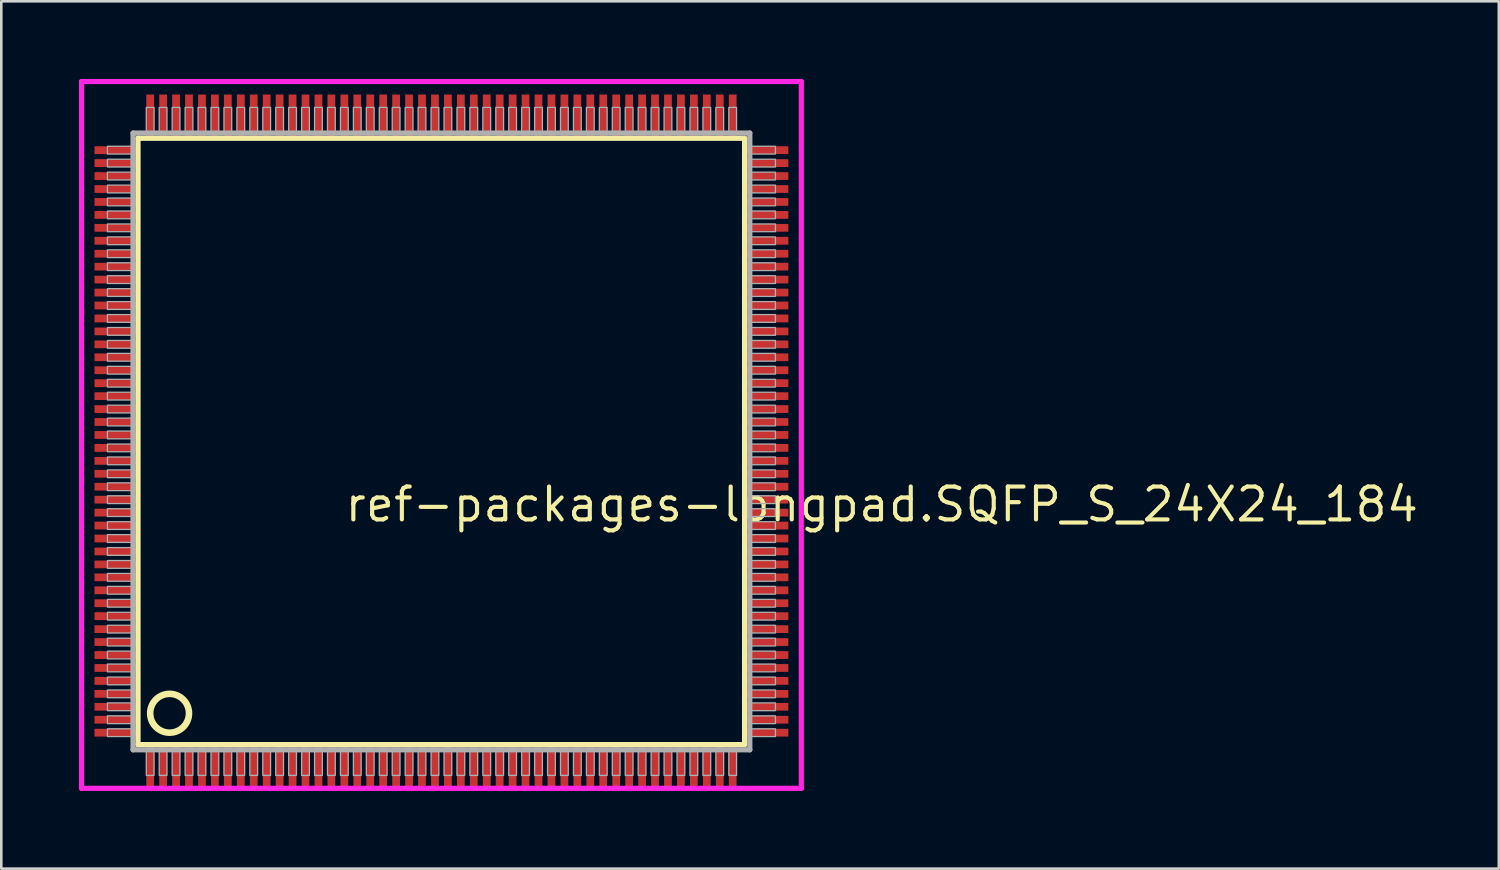
<source format=kicad_pcb>
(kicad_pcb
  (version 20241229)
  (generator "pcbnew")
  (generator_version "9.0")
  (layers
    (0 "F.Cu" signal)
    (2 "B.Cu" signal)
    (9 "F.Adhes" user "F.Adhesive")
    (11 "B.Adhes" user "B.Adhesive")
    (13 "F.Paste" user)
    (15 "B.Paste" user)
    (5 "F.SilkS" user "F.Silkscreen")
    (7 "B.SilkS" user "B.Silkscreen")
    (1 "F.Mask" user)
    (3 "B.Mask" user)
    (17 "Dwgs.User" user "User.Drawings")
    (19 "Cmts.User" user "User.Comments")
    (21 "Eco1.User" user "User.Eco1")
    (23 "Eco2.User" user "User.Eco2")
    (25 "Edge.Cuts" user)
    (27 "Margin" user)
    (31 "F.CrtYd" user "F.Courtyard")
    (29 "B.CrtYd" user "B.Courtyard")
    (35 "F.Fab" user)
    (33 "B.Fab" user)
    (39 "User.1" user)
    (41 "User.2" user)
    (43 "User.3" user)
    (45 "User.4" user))
  (footprint "ref-packages-longpad.SQFP_S_24X24_184"
    (layer "F.Cu")
    (at 14 14)
    (property "Reference" "ref-packages-longpad.SQFP_S_24X24_184" (at -3.81 3.175 0) (layer "F.SilkS") (effects (font (size 1.27 1.27) (thickness 0.16)) (justify left bottom)))
    (attr smd)
    (fp_line (start -11.72 -11.71) (end 11.71 -11.71) (stroke (width 0.203) (type default)) (layer "F.SilkS"))
    (fp_line (start -11.72 11.71) (end -11.72 -11.71) (stroke (width 0.203) (type default)) (layer "F.SilkS"))
    (fp_line (start 11.71 11.71) (end -11.72 11.71) (stroke (width 0.203) (type default)) (layer "F.SilkS"))
    (fp_line (start 11.71 -11.71) (end 11.71 11.71) (stroke (width 0.203) (type default)) (layer "F.SilkS"))
    (fp_circle (center -10.5 10.5) (end -9.75 10.5) (stroke (width 0.254) (type default)) (fill no) (layer "F.SilkS"))
    (fp_line (start -13.9 -13.9) (end 13.9 -13.9) (stroke (width 0.2) (type default)) (layer "F.CrtYd"))
    (fp_line (start -13.9 13.4) (end -13.9 -13.9) (stroke (width 0.2) (type default)) (layer "F.CrtYd"))
    (fp_line (start 13.9 -13.9) (end 13.9 13.4) (stroke (width 0.2) (type default)) (layer "F.CrtYd"))
    (fp_line (start 13.9 13.4) (end -13.9 13.4) (stroke (width 0.2) (type default)) (layer "F.CrtYd"))
    (fp_line (start -11.91 -11.91) (end -11.91 11.91) (stroke (width 0.203) (type default)) (layer "F.Fab"))
    (fp_line (start -11.91 11.91) (end 11.91 11.91) (stroke (width 0.203) (type default)) (layer "F.Fab"))
    (fp_line (start 11.91 -11.91) (end -11.91 -11.91) (stroke (width 0.203) (type default)) (layer "F.Fab"))
    (fp_line (start 11.91 11.91) (end 11.91 -11.91) (stroke (width 0.203) (type default)) (layer "F.Fab"))
    (fp_rect (start -12.9 -11.1) (end -11.95 -11.4) (stroke (width 0.05) (type default)) (fill no) (layer "F.Fab"))
    (fp_rect (start -12.9 -10.6) (end -11.95 -10.9) (stroke (width 0.05) (type default)) (fill no) (layer "F.Fab"))
    (fp_rect (start -12.9 -10.1) (end -11.95 -10.4) (stroke (width 0.05) (type default)) (fill no) (layer "F.Fab"))
    (fp_rect (start -12.9 -9.6) (end -11.95 -9.9) (stroke (width 0.05) (type default)) (fill no) (layer "F.Fab"))
    (fp_rect (start -12.9 -9.1) (end -11.95 -9.4) (stroke (width 0.05) (type default)) (fill no) (layer "F.Fab"))
    (fp_rect (start -12.9 -8.6) (end -11.95 -8.9) (stroke (width 0.05) (type default)) (fill no) (layer "F.Fab"))
    (fp_rect (start -12.9 -8.1) (end -11.95 -8.4) (stroke (width 0.05) (type default)) (fill no) (layer "F.Fab"))
    (fp_rect (start -12.9 -7.6) (end -11.95 -7.9) (stroke (width 0.05) (type default)) (fill no) (layer "F.Fab"))
    (fp_rect (start -12.9 -7.1) (end -11.95 -7.4) (stroke (width 0.05) (type default)) (fill no) (layer "F.Fab"))
    (fp_rect (start -12.9 -6.6) (end -11.95 -6.9) (stroke (width 0.05) (type default)) (fill no) (layer "F.Fab"))
    (fp_rect (start -12.9 -6.1) (end -11.95 -6.4) (stroke (width 0.05) (type default)) (fill no) (layer "F.Fab"))
    (fp_rect (start -12.9 -5.6) (end -11.95 -5.9) (stroke (width 0.05) (type default)) (fill no) (layer "F.Fab"))
    (fp_rect (start -12.9 -5.1) (end -11.95 -5.4) (stroke (width 0.05) (type default)) (fill no) (layer "F.Fab"))
    (fp_rect (start -12.9 -4.6) (end -11.95 -4.9) (stroke (width 0.05) (type default)) (fill no) (layer "F.Fab"))
    (fp_rect (start -12.9 -4.1) (end -11.95 -4.4) (stroke (width 0.05) (type default)) (fill no) (layer "F.Fab"))
    (fp_rect (start -12.9 -3.6) (end -11.95 -3.9) (stroke (width 0.05) (type default)) (fill no) (layer "F.Fab"))
    (fp_rect (start -12.9 -3.1) (end -11.95 -3.4) (stroke (width 0.05) (type default)) (fill no) (layer "F.Fab"))
    (fp_rect (start -12.9 -2.6) (end -11.95 -2.9) (stroke (width 0.05) (type default)) (fill no) (layer "F.Fab"))
    (fp_rect (start -12.9 -2.1) (end -11.95 -2.4) (stroke (width 0.05) (type default)) (fill no) (layer "F.Fab"))
    (fp_rect (start -12.9 -1.6) (end -11.95 -1.9) (stroke (width 0.05) (type default)) (fill no) (layer "F.Fab"))
    (fp_rect (start -12.9 -1.1) (end -11.95 -1.4) (stroke (width 0.05) (type default)) (fill no) (layer "F.Fab"))
    (fp_rect (start -12.9 -0.6) (end -11.95 -0.9) (stroke (width 0.05) (type default)) (fill no) (layer "F.Fab"))
    (fp_rect (start -12.9 -0.1) (end -11.95 -0.4) (stroke (width 0.05) (type default)) (fill no) (layer "F.Fab"))
    (fp_rect (start -12.9 0.4) (end -11.95 0.1) (stroke (width 0.05) (type default)) (fill no) (layer "F.Fab"))
    (fp_rect (start -12.9 0.9) (end -11.95 0.6) (stroke (width 0.05) (type default)) (fill no) (layer "F.Fab"))
    (fp_rect (start -12.9 1.4) (end -11.95 1.1) (stroke (width 0.05) (type default)) (fill no) (layer "F.Fab"))
    (fp_rect (start -12.9 1.9) (end -11.95 1.6) (stroke (width 0.05) (type default)) (fill no) (layer "F.Fab"))
    (fp_rect (start -12.9 2.4) (end -11.95 2.1) (stroke (width 0.05) (type default)) (fill no) (layer "F.Fab"))
    (fp_rect (start -12.9 2.9) (end -11.95 2.6) (stroke (width 0.05) (type default)) (fill no) (layer "F.Fab"))
    (fp_rect (start -12.9 3.4) (end -11.95 3.1) (stroke (width 0.05) (type default)) (fill no) (layer "F.Fab"))
    (fp_rect (start -12.9 3.9) (end -11.95 3.6) (stroke (width 0.05) (type default)) (fill no) (layer "F.Fab"))
    (fp_rect (start -12.9 4.4) (end -11.95 4.1) (stroke (width 0.05) (type default)) (fill no) (layer "F.Fab"))
    (fp_rect (start -12.9 4.9) (end -11.95 4.6) (stroke (width 0.05) (type default)) (fill no) (layer "F.Fab"))
    (fp_rect (start -12.9 5.4) (end -11.95 5.1) (stroke (width 0.05) (type default)) (fill no) (layer "F.Fab"))
    (fp_rect (start -12.9 5.9) (end -11.95 5.6) (stroke (width 0.05) (type default)) (fill no) (layer "F.Fab"))
    (fp_rect (start -12.9 6.4) (end -11.95 6.1) (stroke (width 0.05) (type default)) (fill no) (layer "F.Fab"))
    (fp_rect (start -12.9 6.9) (end -11.95 6.6) (stroke (width 0.05) (type default)) (fill no) (layer "F.Fab"))
    (fp_rect (start -12.9 7.4) (end -11.95 7.1) (stroke (width 0.05) (type default)) (fill no) (layer "F.Fab"))
    (fp_rect (start -12.9 7.9) (end -11.95 7.6) (stroke (width 0.05) (type default)) (fill no) (layer "F.Fab"))
    (fp_rect (start -12.9 8.4) (end -11.95 8.1) (stroke (width 0.05) (type default)) (fill no) (layer "F.Fab"))
    (fp_rect (start -12.9 8.9) (end -11.95 8.6) (stroke (width 0.05) (type default)) (fill no) (layer "F.Fab"))
    (fp_rect (start -12.9 9.4) (end -11.95 9.1) (stroke (width 0.05) (type default)) (fill no) (layer "F.Fab"))
    (fp_rect (start -12.9 9.9) (end -11.95 9.6) (stroke (width 0.05) (type default)) (fill no) (layer "F.Fab"))
    (fp_rect (start -12.9 10.4) (end -11.95 10.1) (stroke (width 0.05) (type default)) (fill no) (layer "F.Fab"))
    (fp_rect (start -12.9 10.9) (end -11.95 10.6) (stroke (width 0.05) (type default)) (fill no) (layer "F.Fab"))
    (fp_rect (start -12.9 11.4) (end -11.95 11.1) (stroke (width 0.05) (type default)) (fill no) (layer "F.Fab"))
    (fp_rect (start -11.4 -11.95) (end -11.1 -12.9) (stroke (width 0.05) (type default)) (fill no) (layer "F.Fab"))
    (fp_rect (start -11.4 12.9) (end -11.1 11.95) (stroke (width 0.05) (type default)) (fill no) (layer "F.Fab"))
    (fp_rect (start -10.9 -11.95) (end -10.6 -12.9) (stroke (width 0.05) (type default)) (fill no) (layer "F.Fab"))
    (fp_rect (start -10.9 12.9) (end -10.6 11.95) (stroke (width 0.05) (type default)) (fill no) (layer "F.Fab"))
    (fp_rect (start -10.4 -11.95) (end -10.1 -12.9) (stroke (width 0.05) (type default)) (fill no) (layer "F.Fab"))
    (fp_rect (start -10.4 12.9) (end -10.1 11.95) (stroke (width 0.05) (type default)) (fill no) (layer "F.Fab"))
    (fp_rect (start -9.9 -11.95) (end -9.6 -12.9) (stroke (width 0.05) (type default)) (fill no) (layer "F.Fab"))
    (fp_rect (start -9.9 12.9) (end -9.6 11.95) (stroke (width 0.05) (type default)) (fill no) (layer "F.Fab"))
    (fp_rect (start -9.4 -11.95) (end -9.1 -12.9) (stroke (width 0.05) (type default)) (fill no) (layer "F.Fab"))
    (fp_rect (start -9.4 12.9) (end -9.1 11.95) (stroke (width 0.05) (type default)) (fill no) (layer "F.Fab"))
    (fp_rect (start -8.9 -11.95) (end -8.6 -12.9) (stroke (width 0.05) (type default)) (fill no) (layer "F.Fab"))
    (fp_rect (start -8.9 12.9) (end -8.6 11.95) (stroke (width 0.05) (type default)) (fill no) (layer "F.Fab"))
    (fp_rect (start -8.4 -11.95) (end -8.1 -12.9) (stroke (width 0.05) (type default)) (fill no) (layer "F.Fab"))
    (fp_rect (start -8.4 12.9) (end -8.1 11.95) (stroke (width 0.05) (type default)) (fill no) (layer "F.Fab"))
    (fp_rect (start -7.9 -11.95) (end -7.6 -12.9) (stroke (width 0.05) (type default)) (fill no) (layer "F.Fab"))
    (fp_rect (start -7.9 12.9) (end -7.6 11.95) (stroke (width 0.05) (type default)) (fill no) (layer "F.Fab"))
    (fp_rect (start -7.4 -11.95) (end -7.1 -12.9) (stroke (width 0.05) (type default)) (fill no) (layer "F.Fab"))
    (fp_rect (start -7.4 12.9) (end -7.1 11.95) (stroke (width 0.05) (type default)) (fill no) (layer "F.Fab"))
    (fp_rect (start -6.9 -11.95) (end -6.6 -12.9) (stroke (width 0.05) (type default)) (fill no) (layer "F.Fab"))
    (fp_rect (start -6.9 12.9) (end -6.6 11.95) (stroke (width 0.05) (type default)) (fill no) (layer "F.Fab"))
    (fp_rect (start -6.4 -11.95) (end -6.1 -12.9) (stroke (width 0.05) (type default)) (fill no) (layer "F.Fab"))
    (fp_rect (start -6.4 12.9) (end -6.1 11.95) (stroke (width 0.05) (type default)) (fill no) (layer "F.Fab"))
    (fp_rect (start -5.9 -11.95) (end -5.6 -12.9) (stroke (width 0.05) (type default)) (fill no) (layer "F.Fab"))
    (fp_rect (start -5.9 12.9) (end -5.6 11.95) (stroke (width 0.05) (type default)) (fill no) (layer "F.Fab"))
    (fp_rect (start -5.4 -11.95) (end -5.1 -12.9) (stroke (width 0.05) (type default)) (fill no) (layer "F.Fab"))
    (fp_rect (start -5.4 12.9) (end -5.1 11.95) (stroke (width 0.05) (type default)) (fill no) (layer "F.Fab"))
    (fp_rect (start -4.9 -11.95) (end -4.6 -12.9) (stroke (width 0.05) (type default)) (fill no) (layer "F.Fab"))
    (fp_rect (start -4.9 12.9) (end -4.6 11.95) (stroke (width 0.05) (type default)) (fill no) (layer "F.Fab"))
    (fp_rect (start -4.4 -11.95) (end -4.1 -12.9) (stroke (width 0.05) (type default)) (fill no) (layer "F.Fab"))
    (fp_rect (start -4.4 12.9) (end -4.1 11.95) (stroke (width 0.05) (type default)) (fill no) (layer "F.Fab"))
    (fp_rect (start -3.9 -11.95) (end -3.6 -12.9) (stroke (width 0.05) (type default)) (fill no) (layer "F.Fab"))
    (fp_rect (start -3.9 12.9) (end -3.6 11.95) (stroke (width 0.05) (type default)) (fill no) (layer "F.Fab"))
    (fp_rect (start -3.4 -11.95) (end -3.1 -12.9) (stroke (width 0.05) (type default)) (fill no) (layer "F.Fab"))
    (fp_rect (start -3.4 12.9) (end -3.1 11.95) (stroke (width 0.05) (type default)) (fill no) (layer "F.Fab"))
    (fp_rect (start -2.9 -11.95) (end -2.6 -12.9) (stroke (width 0.05) (type default)) (fill no) (layer "F.Fab"))
    (fp_rect (start -2.9 12.9) (end -2.6 11.95) (stroke (width 0.05) (type default)) (fill no) (layer "F.Fab"))
    (fp_rect (start -2.4 -11.95) (end -2.1 -12.9) (stroke (width 0.05) (type default)) (fill no) (layer "F.Fab"))
    (fp_rect (start -2.4 12.9) (end -2.1 11.95) (stroke (width 0.05) (type default)) (fill no) (layer "F.Fab"))
    (fp_rect (start -1.9 -11.95) (end -1.6 -12.9) (stroke (width 0.05) (type default)) (fill no) (layer "F.Fab"))
    (fp_rect (start -1.9 12.9) (end -1.6 11.95) (stroke (width 0.05) (type default)) (fill no) (layer "F.Fab"))
    (fp_rect (start -1.4 -11.95) (end -1.1 -12.9) (stroke (width 0.05) (type default)) (fill no) (layer "F.Fab"))
    (fp_rect (start -1.4 12.9) (end -1.1 11.95) (stroke (width 0.05) (type default)) (fill no) (layer "F.Fab"))
    (fp_rect (start -0.9 -11.95) (end -0.6 -12.9) (stroke (width 0.05) (type default)) (fill no) (layer "F.Fab"))
    (fp_rect (start -0.9 12.9) (end -0.6 11.95) (stroke (width 0.05) (type default)) (fill no) (layer "F.Fab"))
    (fp_rect (start -0.4 -11.95) (end -0.1 -12.9) (stroke (width 0.05) (type default)) (fill no) (layer "F.Fab"))
    (fp_rect (start -0.4 12.9) (end -0.1 11.95) (stroke (width 0.05) (type default)) (fill no) (layer "F.Fab"))
    (fp_rect (start 0.1 -11.95) (end 0.4 -12.9) (stroke (width 0.05) (type default)) (fill no) (layer "F.Fab"))
    (fp_rect (start 0.1 12.9) (end 0.4 11.95) (stroke (width 0.05) (type default)) (fill no) (layer "F.Fab"))
    (fp_rect (start 0.6 -11.95) (end 0.9 -12.9) (stroke (width 0.05) (type default)) (fill no) (layer "F.Fab"))
    (fp_rect (start 0.6 12.9) (end 0.9 11.95) (stroke (width 0.05) (type default)) (fill no) (layer "F.Fab"))
    (fp_rect (start 1.1 -11.95) (end 1.4 -12.9) (stroke (width 0.05) (type default)) (fill no) (layer "F.Fab"))
    (fp_rect (start 1.1 12.9) (end 1.4 11.95) (stroke (width 0.05) (type default)) (fill no) (layer "F.Fab"))
    (fp_rect (start 1.6 -11.95) (end 1.9 -12.9) (stroke (width 0.05) (type default)) (fill no) (layer "F.Fab"))
    (fp_rect (start 1.6 12.9) (end 1.9 11.95) (stroke (width 0.05) (type default)) (fill no) (layer "F.Fab"))
    (fp_rect (start 2.1 -11.95) (end 2.4 -12.9) (stroke (width 0.05) (type default)) (fill no) (layer "F.Fab"))
    (fp_rect (start 2.1 12.9) (end 2.4 11.95) (stroke (width 0.05) (type default)) (fill no) (layer "F.Fab"))
    (fp_rect (start 2.6 -11.95) (end 2.9 -12.9) (stroke (width 0.05) (type default)) (fill no) (layer "F.Fab"))
    (fp_rect (start 2.6 12.9) (end 2.9 11.95) (stroke (width 0.05) (type default)) (fill no) (layer "F.Fab"))
    (fp_rect (start 3.1 -11.95) (end 3.4 -12.9) (stroke (width 0.05) (type default)) (fill no) (layer "F.Fab"))
    (fp_rect (start 3.1 12.9) (end 3.4 11.95) (stroke (width 0.05) (type default)) (fill no) (layer "F.Fab"))
    (fp_rect (start 3.6 -11.95) (end 3.9 -12.9) (stroke (width 0.05) (type default)) (fill no) (layer "F.Fab"))
    (fp_rect (start 3.6 12.9) (end 3.9 11.95) (stroke (width 0.05) (type default)) (fill no) (layer "F.Fab"))
    (fp_rect (start 4.1 -11.95) (end 4.4 -12.9) (stroke (width 0.05) (type default)) (fill no) (layer "F.Fab"))
    (fp_rect (start 4.1 12.9) (end 4.4 11.95) (stroke (width 0.05) (type default)) (fill no) (layer "F.Fab"))
    (fp_rect (start 4.6 -11.95) (end 4.9 -12.9) (stroke (width 0.05) (type default)) (fill no) (layer "F.Fab"))
    (fp_rect (start 4.6 12.9) (end 4.9 11.95) (stroke (width 0.05) (type default)) (fill no) (layer "F.Fab"))
    (fp_rect (start 5.1 -11.95) (end 5.4 -12.9) (stroke (width 0.05) (type default)) (fill no) (layer "F.Fab"))
    (fp_rect (start 5.1 12.9) (end 5.4 11.95) (stroke (width 0.05) (type default)) (fill no) (layer "F.Fab"))
    (fp_rect (start 5.6 -11.95) (end 5.9 -12.9) (stroke (width 0.05) (type default)) (fill no) (layer "F.Fab"))
    (fp_rect (start 5.6 12.9) (end 5.9 11.95) (stroke (width 0.05) (type default)) (fill no) (layer "F.Fab"))
    (fp_rect (start 6.1 -11.95) (end 6.4 -12.9) (stroke (width 0.05) (type default)) (fill no) (layer "F.Fab"))
    (fp_rect (start 6.1 12.9) (end 6.4 11.95) (stroke (width 0.05) (type default)) (fill no) (layer "F.Fab"))
    (fp_rect (start 6.6 -11.95) (end 6.9 -12.9) (stroke (width 0.05) (type default)) (fill no) (layer "F.Fab"))
    (fp_rect (start 6.6 12.9) (end 6.9 11.95) (stroke (width 0.05) (type default)) (fill no) (layer "F.Fab"))
    (fp_rect (start 7.1 -11.95) (end 7.4 -12.9) (stroke (width 0.05) (type default)) (fill no) (layer "F.Fab"))
    (fp_rect (start 7.1 12.9) (end 7.4 11.95) (stroke (width 0.05) (type default)) (fill no) (layer "F.Fab"))
    (fp_rect (start 7.6 -11.95) (end 7.9 -12.9) (stroke (width 0.05) (type default)) (fill no) (layer "F.Fab"))
    (fp_rect (start 7.6 12.9) (end 7.9 11.95) (stroke (width 0.05) (type default)) (fill no) (layer "F.Fab"))
    (fp_rect (start 8.1 -11.95) (end 8.4 -12.9) (stroke (width 0.05) (type default)) (fill no) (layer "F.Fab"))
    (fp_rect (start 8.1 12.9) (end 8.4 11.95) (stroke (width 0.05) (type default)) (fill no) (layer "F.Fab"))
    (fp_rect (start 8.6 -11.95) (end 8.9 -12.9) (stroke (width 0.05) (type default)) (fill no) (layer "F.Fab"))
    (fp_rect (start 8.6 12.9) (end 8.9 11.95) (stroke (width 0.05) (type default)) (fill no) (layer "F.Fab"))
    (fp_rect (start 9.1 -11.95) (end 9.4 -12.9) (stroke (width 0.05) (type default)) (fill no) (layer "F.Fab"))
    (fp_rect (start 9.1 12.9) (end 9.4 11.95) (stroke (width 0.05) (type default)) (fill no) (layer "F.Fab"))
    (fp_rect (start 9.6 -11.95) (end 9.9 -12.9) (stroke (width 0.05) (type default)) (fill no) (layer "F.Fab"))
    (fp_rect (start 9.6 12.9) (end 9.9 11.95) (stroke (width 0.05) (type default)) (fill no) (layer "F.Fab"))
    (fp_rect (start 10.1 -11.95) (end 10.4 -12.9) (stroke (width 0.05) (type default)) (fill no) (layer "F.Fab"))
    (fp_rect (start 10.1 12.9) (end 10.4 11.95) (stroke (width 0.05) (type default)) (fill no) (layer "F.Fab"))
    (fp_rect (start 10.6 -11.95) (end 10.9 -12.9) (stroke (width 0.05) (type default)) (fill no) (layer "F.Fab"))
    (fp_rect (start 10.6 12.9) (end 10.9 11.95) (stroke (width 0.05) (type default)) (fill no) (layer "F.Fab"))
    (fp_rect (start 11.1 -11.95) (end 11.4 -12.9) (stroke (width 0.05) (type default)) (fill no) (layer "F.Fab"))
    (fp_rect (start 11.1 12.9) (end 11.4 11.95) (stroke (width 0.05) (type default)) (fill no) (layer "F.Fab"))
    (fp_rect (start 11.95 -11.1) (end 12.9 -11.4) (stroke (width 0.05) (type default)) (fill no) (layer "F.Fab"))
    (fp_rect (start 11.95 -10.6) (end 12.9 -10.9) (stroke (width 0.05) (type default)) (fill no) (layer "F.Fab"))
    (fp_rect (start 11.95 -10.1) (end 12.9 -10.4) (stroke (width 0.05) (type default)) (fill no) (layer "F.Fab"))
    (fp_rect (start 11.95 -9.6) (end 12.9 -9.9) (stroke (width 0.05) (type default)) (fill no) (layer "F.Fab"))
    (fp_rect (start 11.95 -9.1) (end 12.9 -9.4) (stroke (width 0.05) (type default)) (fill no) (layer "F.Fab"))
    (fp_rect (start 11.95 -8.6) (end 12.9 -8.9) (stroke (width 0.05) (type default)) (fill no) (layer "F.Fab"))
    (fp_rect (start 11.95 -8.1) (end 12.9 -8.4) (stroke (width 0.05) (type default)) (fill no) (layer "F.Fab"))
    (fp_rect (start 11.95 -7.6) (end 12.9 -7.9) (stroke (width 0.05) (type default)) (fill no) (layer "F.Fab"))
    (fp_rect (start 11.95 -7.1) (end 12.9 -7.4) (stroke (width 0.05) (type default)) (fill no) (layer "F.Fab"))
    (fp_rect (start 11.95 -6.6) (end 12.9 -6.9) (stroke (width 0.05) (type default)) (fill no) (layer "F.Fab"))
    (fp_rect (start 11.95 -6.1) (end 12.9 -6.4) (stroke (width 0.05) (type default)) (fill no) (layer "F.Fab"))
    (fp_rect (start 11.95 -5.6) (end 12.9 -5.9) (stroke (width 0.05) (type default)) (fill no) (layer "F.Fab"))
    (fp_rect (start 11.95 -5.1) (end 12.9 -5.4) (stroke (width 0.05) (type default)) (fill no) (layer "F.Fab"))
    (fp_rect (start 11.95 -4.6) (end 12.9 -4.9) (stroke (width 0.05) (type default)) (fill no) (layer "F.Fab"))
    (fp_rect (start 11.95 -4.1) (end 12.9 -4.4) (stroke (width 0.05) (type default)) (fill no) (layer "F.Fab"))
    (fp_rect (start 11.95 -3.6) (end 12.9 -3.9) (stroke (width 0.05) (type default)) (fill no) (layer "F.Fab"))
    (fp_rect (start 11.95 -3.1) (end 12.9 -3.4) (stroke (width 0.05) (type default)) (fill no) (layer "F.Fab"))
    (fp_rect (start 11.95 -2.6) (end 12.9 -2.9) (stroke (width 0.05) (type default)) (fill no) (layer "F.Fab"))
    (fp_rect (start 11.95 -2.1) (end 12.9 -2.4) (stroke (width 0.05) (type default)) (fill no) (layer "F.Fab"))
    (fp_rect (start 11.95 -1.6) (end 12.9 -1.9) (stroke (width 0.05) (type default)) (fill no) (layer "F.Fab"))
    (fp_rect (start 11.95 -1.1) (end 12.9 -1.4) (stroke (width 0.05) (type default)) (fill no) (layer "F.Fab"))
    (fp_rect (start 11.95 -0.6) (end 12.9 -0.9) (stroke (width 0.05) (type default)) (fill no) (layer "F.Fab"))
    (fp_rect (start 11.95 -0.1) (end 12.9 -0.4) (stroke (width 0.05) (type default)) (fill no) (layer "F.Fab"))
    (fp_rect (start 11.95 0.4) (end 12.9 0.1) (stroke (width 0.05) (type default)) (fill no) (layer "F.Fab"))
    (fp_rect (start 11.95 0.9) (end 12.9 0.6) (stroke (width 0.05) (type default)) (fill no) (layer "F.Fab"))
    (fp_rect (start 11.95 1.4) (end 12.9 1.1) (stroke (width 0.05) (type default)) (fill no) (layer "F.Fab"))
    (fp_rect (start 11.95 1.9) (end 12.9 1.6) (stroke (width 0.05) (type default)) (fill no) (layer "F.Fab"))
    (fp_rect (start 11.95 2.4) (end 12.9 2.1) (stroke (width 0.05) (type default)) (fill no) (layer "F.Fab"))
    (fp_rect (start 11.95 2.9) (end 12.9 2.6) (stroke (width 0.05) (type default)) (fill no) (layer "F.Fab"))
    (fp_rect (start 11.95 3.4) (end 12.9 3.1) (stroke (width 0.05) (type default)) (fill no) (layer "F.Fab"))
    (fp_rect (start 11.95 3.9) (end 12.9 3.6) (stroke (width 0.05) (type default)) (fill no) (layer "F.Fab"))
    (fp_rect (start 11.95 4.4) (end 12.9 4.1) (stroke (width 0.05) (type default)) (fill no) (layer "F.Fab"))
    (fp_rect (start 11.95 4.9) (end 12.9 4.6) (stroke (width 0.05) (type default)) (fill no) (layer "F.Fab"))
    (fp_rect (start 11.95 5.4) (end 12.9 5.1) (stroke (width 0.05) (type default)) (fill no) (layer "F.Fab"))
    (fp_rect (start 11.95 5.9) (end 12.9 5.6) (stroke (width 0.05) (type default)) (fill no) (layer "F.Fab"))
    (fp_rect (start 11.95 6.4) (end 12.9 6.1) (stroke (width 0.05) (type default)) (fill no) (layer "F.Fab"))
    (fp_rect (start 11.95 6.9) (end 12.9 6.6) (stroke (width 0.05) (type default)) (fill no) (layer "F.Fab"))
    (fp_rect (start 11.95 7.4) (end 12.9 7.1) (stroke (width 0.05) (type default)) (fill no) (layer "F.Fab"))
    (fp_rect (start 11.95 7.9) (end 12.9 7.6) (stroke (width 0.05) (type default)) (fill no) (layer "F.Fab"))
    (fp_rect (start 11.95 8.4) (end 12.9 8.1) (stroke (width 0.05) (type default)) (fill no) (layer "F.Fab"))
    (fp_rect (start 11.95 8.9) (end 12.9 8.6) (stroke (width 0.05) (type default)) (fill no) (layer "F.Fab"))
    (fp_rect (start 11.95 9.4) (end 12.9 9.1) (stroke (width 0.05) (type default)) (fill no) (layer "F.Fab"))
    (fp_rect (start 11.95 9.9) (end 12.9 9.6) (stroke (width 0.05) (type default)) (fill no) (layer "F.Fab"))
    (fp_rect (start 11.95 10.4) (end 12.9 10.1) (stroke (width 0.05) (type default)) (fill no) (layer "F.Fab"))
    (fp_rect (start 11.95 10.9) (end 12.9 10.6) (stroke (width 0.05) (type default)) (fill no) (layer "F.Fab"))
    (fp_rect (start 11.95 11.4) (end 12.9 11.1) (stroke (width 0.05) (type default)) (fill no) (layer "F.Fab"))
    (pad "1" smd roundrect (at -11.25 12.6) (size 0.3 1.6) (layers "F.Cu" "F.Mask" "F.Paste") (roundrect_rratio 0.01))
    (pad "2" smd roundrect (at -10.75 12.6) (size 0.3 1.6) (layers "F.Cu" "F.Mask" "F.Paste") (roundrect_rratio 0.01))
    (pad "3" smd roundrect (at -10.25 12.6) (size 0.3 1.6) (layers "F.Cu" "F.Mask" "F.Paste") (roundrect_rratio 0.01))
    (pad "4" smd roundrect (at -9.75 12.6) (size 0.3 1.6) (layers "F.Cu" "F.Mask" "F.Paste") (roundrect_rratio 0.01))
    (pad "5" smd roundrect (at -9.25 12.6) (size 0.3 1.6) (layers "F.Cu" "F.Mask" "F.Paste") (roundrect_rratio 0.01))
    (pad "6" smd roundrect (at -8.75 12.6) (size 0.3 1.6) (layers "F.Cu" "F.Mask" "F.Paste") (roundrect_rratio 0.01))
    (pad "7" smd roundrect (at -8.25 12.6) (size 0.3 1.6) (layers "F.Cu" "F.Mask" "F.Paste") (roundrect_rratio 0.01))
    (pad "8" smd roundrect (at -7.75 12.6) (size 0.3 1.6) (layers "F.Cu" "F.Mask" "F.Paste") (roundrect_rratio 0.01))
    (pad "9" smd roundrect (at -7.25 12.6) (size 0.3 1.6) (layers "F.Cu" "F.Mask" "F.Paste") (roundrect_rratio 0.01))
    (pad "10" smd roundrect (at -6.75 12.6) (size 0.3 1.6) (layers "F.Cu" "F.Mask" "F.Paste") (roundrect_rratio 0.01))
    (pad "11" smd roundrect (at -6.25 12.6) (size 0.3 1.6) (layers "F.Cu" "F.Mask" "F.Paste") (roundrect_rratio 0.01))
    (pad "12" smd roundrect (at -5.75 12.6) (size 0.3 1.6) (layers "F.Cu" "F.Mask" "F.Paste") (roundrect_rratio 0.01))
    (pad "13" smd roundrect (at -5.25 12.6) (size 0.3 1.6) (layers "F.Cu" "F.Mask" "F.Paste") (roundrect_rratio 0.01))
    (pad "14" smd roundrect (at -4.75 12.6) (size 0.3 1.6) (layers "F.Cu" "F.Mask" "F.Paste") (roundrect_rratio 0.01))
    (pad "15" smd roundrect (at -4.25 12.6) (size 0.3 1.6) (layers "F.Cu" "F.Mask" "F.Paste") (roundrect_rratio 0.01))
    (pad "16" smd roundrect (at -3.75 12.6) (size 0.3 1.6) (layers "F.Cu" "F.Mask" "F.Paste") (roundrect_rratio 0.01))
    (pad "17" smd roundrect (at -3.25 12.6) (size 0.3 1.6) (layers "F.Cu" "F.Mask" "F.Paste") (roundrect_rratio 0.01))
    (pad "18" smd roundrect (at -2.75 12.6) (size 0.3 1.6) (layers "F.Cu" "F.Mask" "F.Paste") (roundrect_rratio 0.01))
    (pad "19" smd roundrect (at -2.25 12.6) (size 0.3 1.6) (layers "F.Cu" "F.Mask" "F.Paste") (roundrect_rratio 0.01))
    (pad "20" smd roundrect (at -1.75 12.6) (size 0.3 1.6) (layers "F.Cu" "F.Mask" "F.Paste") (roundrect_rratio 0.01))
    (pad "21" smd roundrect (at -1.25 12.6) (size 0.3 1.6) (layers "F.Cu" "F.Mask" "F.Paste") (roundrect_rratio 0.01))
    (pad "22" smd roundrect (at -0.75 12.6) (size 0.3 1.6) (layers "F.Cu" "F.Mask" "F.Paste") (roundrect_rratio 0.01))
    (pad "23" smd roundrect (at -0.25 12.6) (size 0.3 1.6) (layers "F.Cu" "F.Mask" "F.Paste") (roundrect_rratio 0.01))
    (pad "24" smd roundrect (at 0.25 12.6) (size 0.3 1.6) (layers "F.Cu" "F.Mask" "F.Paste") (roundrect_rratio 0.01))
    (pad "25" smd roundrect (at 0.75 12.6) (size 0.3 1.6) (layers "F.Cu" "F.Mask" "F.Paste") (roundrect_rratio 0.01))
    (pad "26" smd roundrect (at 1.25 12.6) (size 0.3 1.6) (layers "F.Cu" "F.Mask" "F.Paste") (roundrect_rratio 0.01))
    (pad "27" smd roundrect (at 1.75 12.6) (size 0.3 1.6) (layers "F.Cu" "F.Mask" "F.Paste") (roundrect_rratio 0.01))
    (pad "28" smd roundrect (at 2.25 12.6) (size 0.3 1.6) (layers "F.Cu" "F.Mask" "F.Paste") (roundrect_rratio 0.01))
    (pad "29" smd roundrect (at 2.75 12.6) (size 0.3 1.6) (layers "F.Cu" "F.Mask" "F.Paste") (roundrect_rratio 0.01))
    (pad "30" smd roundrect (at 3.25 12.6) (size 0.3 1.6) (layers "F.Cu" "F.Mask" "F.Paste") (roundrect_rratio 0.01))
    (pad "31" smd roundrect (at 3.75 12.6) (size 0.3 1.6) (layers "F.Cu" "F.Mask" "F.Paste") (roundrect_rratio 0.01))
    (pad "32" smd roundrect (at 4.25 12.6) (size 0.3 1.6) (layers "F.Cu" "F.Mask" "F.Paste") (roundrect_rratio 0.01))
    (pad "33" smd roundrect (at 4.75 12.6) (size 0.3 1.6) (layers "F.Cu" "F.Mask" "F.Paste") (roundrect_rratio 0.01))
    (pad "34" smd roundrect (at 5.25 12.6) (size 0.3 1.6) (layers "F.Cu" "F.Mask" "F.Paste") (roundrect_rratio 0.01))
    (pad "35" smd roundrect (at 5.75 12.6) (size 0.3 1.6) (layers "F.Cu" "F.Mask" "F.Paste") (roundrect_rratio 0.01))
    (pad "36" smd roundrect (at 6.25 12.6) (size 0.3 1.6) (layers "F.Cu" "F.Mask" "F.Paste") (roundrect_rratio 0.01))
    (pad "37" smd roundrect (at 6.75 12.6) (size 0.3 1.6) (layers "F.Cu" "F.Mask" "F.Paste") (roundrect_rratio 0.01))
    (pad "38" smd roundrect (at 7.25 12.6) (size 0.3 1.6) (layers "F.Cu" "F.Mask" "F.Paste") (roundrect_rratio 0.01))
    (pad "39" smd roundrect (at 7.75 12.6) (size 0.3 1.6) (layers "F.Cu" "F.Mask" "F.Paste") (roundrect_rratio 0.01))
    (pad "40" smd roundrect (at 8.25 12.6) (size 0.3 1.6) (layers "F.Cu" "F.Mask" "F.Paste") (roundrect_rratio 0.01))
    (pad "41" smd roundrect (at 8.75 12.6) (size 0.3 1.6) (layers "F.Cu" "F.Mask" "F.Paste") (roundrect_rratio 0.01))
    (pad "42" smd roundrect (at 9.25 12.6) (size 0.3 1.6) (layers "F.Cu" "F.Mask" "F.Paste") (roundrect_rratio 0.01))
    (pad "43" smd roundrect (at 9.75 12.6) (size 0.3 1.6) (layers "F.Cu" "F.Mask" "F.Paste") (roundrect_rratio 0.01))
    (pad "44" smd roundrect (at 10.25 12.6) (size 0.3 1.6) (layers "F.Cu" "F.Mask" "F.Paste") (roundrect_rratio 0.01))
    (pad "45" smd roundrect (at 10.75 12.6) (size 0.3 1.6) (layers "F.Cu" "F.Mask" "F.Paste") (roundrect_rratio 0.01))
    (pad "46" smd roundrect (at 11.25 12.6) (size 0.3 1.6) (layers "F.Cu" "F.Mask" "F.Paste") (roundrect_rratio 0.01))
    (pad "47" smd roundrect (at 12.6 11.25) (size 1.6 0.3) (layers "F.Cu" "F.Mask" "F.Paste") (roundrect_rratio 0.01))
    (pad "48" smd roundrect (at 12.6 10.75) (size 1.6 0.3) (layers "F.Cu" "F.Mask" "F.Paste") (roundrect_rratio 0.01))
    (pad "49" smd roundrect (at 12.6 10.25) (size 1.6 0.3) (layers "F.Cu" "F.Mask" "F.Paste") (roundrect_rratio 0.01))
    (pad "50" smd roundrect (at 12.6 9.75) (size 1.6 0.3) (layers "F.Cu" "F.Mask" "F.Paste") (roundrect_rratio 0.01))
    (pad "51" smd roundrect (at 12.6 9.25) (size 1.6 0.3) (layers "F.Cu" "F.Mask" "F.Paste") (roundrect_rratio 0.01))
    (pad "52" smd roundrect (at 12.6 8.75) (size 1.6 0.3) (layers "F.Cu" "F.Mask" "F.Paste") (roundrect_rratio 0.01))
    (pad "53" smd roundrect (at 12.6 8.25) (size 1.6 0.3) (layers "F.Cu" "F.Mask" "F.Paste") (roundrect_rratio 0.01))
    (pad "54" smd roundrect (at 12.6 7.75) (size 1.6 0.3) (layers "F.Cu" "F.Mask" "F.Paste") (roundrect_rratio 0.01))
    (pad "55" smd roundrect (at 12.6 7.25) (size 1.6 0.3) (layers "F.Cu" "F.Mask" "F.Paste") (roundrect_rratio 0.01))
    (pad "56" smd roundrect (at 12.6 6.75) (size 1.6 0.3) (layers "F.Cu" "F.Mask" "F.Paste") (roundrect_rratio 0.01))
    (pad "57" smd roundrect (at 12.6 6.25) (size 1.6 0.3) (layers "F.Cu" "F.Mask" "F.Paste") (roundrect_rratio 0.01))
    (pad "58" smd roundrect (at 12.6 5.75) (size 1.6 0.3) (layers "F.Cu" "F.Mask" "F.Paste") (roundrect_rratio 0.01))
    (pad "59" smd roundrect (at 12.6 5.25) (size 1.6 0.3) (layers "F.Cu" "F.Mask" "F.Paste") (roundrect_rratio 0.01))
    (pad "60" smd roundrect (at 12.6 4.75) (size 1.6 0.3) (layers "F.Cu" "F.Mask" "F.Paste") (roundrect_rratio 0.01))
    (pad "61" smd roundrect (at 12.6 4.25) (size 1.6 0.3) (layers "F.Cu" "F.Mask" "F.Paste") (roundrect_rratio 0.01))
    (pad "62" smd roundrect (at 12.6 3.75) (size 1.6 0.3) (layers "F.Cu" "F.Mask" "F.Paste") (roundrect_rratio 0.01))
    (pad "63" smd roundrect (at 12.6 3.25) (size 1.6 0.3) (layers "F.Cu" "F.Mask" "F.Paste") (roundrect_rratio 0.01))
    (pad "64" smd roundrect (at 12.6 2.75) (size 1.6 0.3) (layers "F.Cu" "F.Mask" "F.Paste") (roundrect_rratio 0.01))
    (pad "65" smd roundrect (at 12.6 2.25) (size 1.6 0.3) (layers "F.Cu" "F.Mask" "F.Paste") (roundrect_rratio 0.01))
    (pad "66" smd roundrect (at 12.6 1.75) (size 1.6 0.3) (layers "F.Cu" "F.Mask" "F.Paste") (roundrect_rratio 0.01))
    (pad "67" smd roundrect (at 12.6 1.25) (size 1.6 0.3) (layers "F.Cu" "F.Mask" "F.Paste") (roundrect_rratio 0.01))
    (pad "68" smd roundrect (at 12.6 0.75) (size 1.6 0.3) (layers "F.Cu" "F.Mask" "F.Paste") (roundrect_rratio 0.01))
    (pad "69" smd roundrect (at 12.6 0.25) (size 1.6 0.3) (layers "F.Cu" "F.Mask" "F.Paste") (roundrect_rratio 0.01))
    (pad "70" smd roundrect (at 12.6 -0.25) (size 1.6 0.3) (layers "F.Cu" "F.Mask" "F.Paste") (roundrect_rratio 0.01))
    (pad "71" smd roundrect (at 12.6 -0.75) (size 1.6 0.3) (layers "F.Cu" "F.Mask" "F.Paste") (roundrect_rratio 0.01))
    (pad "72" smd roundrect (at 12.6 -1.25) (size 1.6 0.3) (layers "F.Cu" "F.Mask" "F.Paste") (roundrect_rratio 0.01))
    (pad "73" smd roundrect (at 12.6 -1.75) (size 1.6 0.3) (layers "F.Cu" "F.Mask" "F.Paste") (roundrect_rratio 0.01))
    (pad "74" smd roundrect (at 12.6 -2.25) (size 1.6 0.3) (layers "F.Cu" "F.Mask" "F.Paste") (roundrect_rratio 0.01))
    (pad "75" smd roundrect (at 12.6 -2.75) (size 1.6 0.3) (layers "F.Cu" "F.Mask" "F.Paste") (roundrect_rratio 0.01))
    (pad "76" smd roundrect (at 12.6 -3.25) (size 1.6 0.3) (layers "F.Cu" "F.Mask" "F.Paste") (roundrect_rratio 0.01))
    (pad "77" smd roundrect (at 12.6 -3.75) (size 1.6 0.3) (layers "F.Cu" "F.Mask" "F.Paste") (roundrect_rratio 0.01))
    (pad "78" smd roundrect (at 12.6 -4.25) (size 1.6 0.3) (layers "F.Cu" "F.Mask" "F.Paste") (roundrect_rratio 0.01))
    (pad "79" smd roundrect (at 12.6 -4.75) (size 1.6 0.3) (layers "F.Cu" "F.Mask" "F.Paste") (roundrect_rratio 0.01))
    (pad "80" smd roundrect (at 12.6 -5.25) (size 1.6 0.3) (layers "F.Cu" "F.Mask" "F.Paste") (roundrect_rratio 0.01))
    (pad "81" smd roundrect (at 12.6 -5.75) (size 1.6 0.3) (layers "F.Cu" "F.Mask" "F.Paste") (roundrect_rratio 0.01))
    (pad "82" smd roundrect (at 12.6 -6.25) (size 1.6 0.3) (layers "F.Cu" "F.Mask" "F.Paste") (roundrect_rratio 0.01))
    (pad "83" smd roundrect (at 12.6 -6.75) (size 1.6 0.3) (layers "F.Cu" "F.Mask" "F.Paste") (roundrect_rratio 0.01))
    (pad "84" smd roundrect (at 12.6 -7.25) (size 1.6 0.3) (layers "F.Cu" "F.Mask" "F.Paste") (roundrect_rratio 0.01))
    (pad "85" smd roundrect (at 12.6 -7.75) (size 1.6 0.3) (layers "F.Cu" "F.Mask" "F.Paste") (roundrect_rratio 0.01))
    (pad "86" smd roundrect (at 12.6 -8.25) (size 1.6 0.3) (layers "F.Cu" "F.Mask" "F.Paste") (roundrect_rratio 0.01))
    (pad "87" smd roundrect (at 12.6 -8.75) (size 1.6 0.3) (layers "F.Cu" "F.Mask" "F.Paste") (roundrect_rratio 0.01))
    (pad "88" smd roundrect (at 12.6 -9.25) (size 1.6 0.3) (layers "F.Cu" "F.Mask" "F.Paste") (roundrect_rratio 0.01))
    (pad "89" smd roundrect (at 12.6 -9.75) (size 1.6 0.3) (layers "F.Cu" "F.Mask" "F.Paste") (roundrect_rratio 0.01))
    (pad "90" smd roundrect (at 12.6 -10.25) (size 1.6 0.3) (layers "F.Cu" "F.Mask" "F.Paste") (roundrect_rratio 0.01))
    (pad "91" smd roundrect (at 12.6 -10.75) (size 1.6 0.3) (layers "F.Cu" "F.Mask" "F.Paste") (roundrect_rratio 0.01))
    (pad "92" smd roundrect (at 12.6 -11.25) (size 1.6 0.3) (layers "F.Cu" "F.Mask" "F.Paste") (roundrect_rratio 0.01))
    (pad "93" smd roundrect (at 11.25 -12.6) (size 0.3 1.6) (layers "F.Cu" "F.Mask" "F.Paste") (roundrect_rratio 0.01))
    (pad "94" smd roundrect (at 10.75 -12.6) (size 0.3 1.6) (layers "F.Cu" "F.Mask" "F.Paste") (roundrect_rratio 0.01))
    (pad "95" smd roundrect (at 10.25 -12.6) (size 0.3 1.6) (layers "F.Cu" "F.Mask" "F.Paste") (roundrect_rratio 0.01))
    (pad "96" smd roundrect (at 9.75 -12.6) (size 0.3 1.6) (layers "F.Cu" "F.Mask" "F.Paste") (roundrect_rratio 0.01))
    (pad "97" smd roundrect (at 9.25 -12.6) (size 0.3 1.6) (layers "F.Cu" "F.Mask" "F.Paste") (roundrect_rratio 0.01))
    (pad "98" smd roundrect (at 8.75 -12.6) (size 0.3 1.6) (layers "F.Cu" "F.Mask" "F.Paste") (roundrect_rratio 0.01))
    (pad "99" smd roundrect (at 8.25 -12.6) (size 0.3 1.6) (layers "F.Cu" "F.Mask" "F.Paste") (roundrect_rratio 0.01))
    (pad "100" smd roundrect (at 7.75 -12.6) (size 0.3 1.6) (layers "F.Cu" "F.Mask" "F.Paste") (roundrect_rratio 0.01))
    (pad "101" smd roundrect (at 7.25 -12.6) (size 0.3 1.6) (layers "F.Cu" "F.Mask" "F.Paste") (roundrect_rratio 0.01))
    (pad "102" smd roundrect (at 6.75 -12.6) (size 0.3 1.6) (layers "F.Cu" "F.Mask" "F.Paste") (roundrect_rratio 0.01))
    (pad "103" smd roundrect (at 6.25 -12.6) (size 0.3 1.6) (layers "F.Cu" "F.Mask" "F.Paste") (roundrect_rratio 0.01))
    (pad "104" smd roundrect (at 5.75 -12.6) (size 0.3 1.6) (layers "F.Cu" "F.Mask" "F.Paste") (roundrect_rratio 0.01))
    (pad "105" smd roundrect (at 5.25 -12.6) (size 0.3 1.6) (layers "F.Cu" "F.Mask" "F.Paste") (roundrect_rratio 0.01))
    (pad "106" smd roundrect (at 4.75 -12.6) (size 0.3 1.6) (layers "F.Cu" "F.Mask" "F.Paste") (roundrect_rratio 0.01))
    (pad "107" smd roundrect (at 4.25 -12.6) (size 0.3 1.6) (layers "F.Cu" "F.Mask" "F.Paste") (roundrect_rratio 0.01))
    (pad "108" smd roundrect (at 3.75 -12.6) (size 0.3 1.6) (layers "F.Cu" "F.Mask" "F.Paste") (roundrect_rratio 0.01))
    (pad "109" smd roundrect (at 3.25 -12.6) (size 0.3 1.6) (layers "F.Cu" "F.Mask" "F.Paste") (roundrect_rratio 0.01))
    (pad "110" smd roundrect (at 2.75 -12.6) (size 0.3 1.6) (layers "F.Cu" "F.Mask" "F.Paste") (roundrect_rratio 0.01))
    (pad "111" smd roundrect (at 2.25 -12.6) (size 0.3 1.6) (layers "F.Cu" "F.Mask" "F.Paste") (roundrect_rratio 0.01))
    (pad "112" smd roundrect (at 1.75 -12.6) (size 0.3 1.6) (layers "F.Cu" "F.Mask" "F.Paste") (roundrect_rratio 0.01))
    (pad "113" smd roundrect (at 1.25 -12.6) (size 0.3 1.6) (layers "F.Cu" "F.Mask" "F.Paste") (roundrect_rratio 0.01))
    (pad "114" smd roundrect (at 0.75 -12.6) (size 0.3 1.6) (layers "F.Cu" "F.Mask" "F.Paste") (roundrect_rratio 0.01))
    (pad "115" smd roundrect (at 0.25 -12.6) (size 0.3 1.6) (layers "F.Cu" "F.Mask" "F.Paste") (roundrect_rratio 0.01))
    (pad "116" smd roundrect (at -0.25 -12.6) (size 0.3 1.6) (layers "F.Cu" "F.Mask" "F.Paste") (roundrect_rratio 0.01))
    (pad "117" smd roundrect (at -0.75 -12.6) (size 0.3 1.6) (layers "F.Cu" "F.Mask" "F.Paste") (roundrect_rratio 0.01))
    (pad "118" smd roundrect (at -1.25 -12.6) (size 0.3 1.6) (layers "F.Cu" "F.Mask" "F.Paste") (roundrect_rratio 0.01))
    (pad "119" smd roundrect (at -1.75 -12.6) (size 0.3 1.6) (layers "F.Cu" "F.Mask" "F.Paste") (roundrect_rratio 0.01))
    (pad "120" smd roundrect (at -2.25 -12.6) (size 0.3 1.6) (layers "F.Cu" "F.Mask" "F.Paste") (roundrect_rratio 0.01))
    (pad "121" smd roundrect (at -2.75 -12.6) (size 0.3 1.6) (layers "F.Cu" "F.Mask" "F.Paste") (roundrect_rratio 0.01))
    (pad "122" smd roundrect (at -3.25 -12.6) (size 0.3 1.6) (layers "F.Cu" "F.Mask" "F.Paste") (roundrect_rratio 0.01))
    (pad "123" smd roundrect (at -3.75 -12.6) (size 0.3 1.6) (layers "F.Cu" "F.Mask" "F.Paste") (roundrect_rratio 0.01))
    (pad "124" smd roundrect (at -4.25 -12.6) (size 0.3 1.6) (layers "F.Cu" "F.Mask" "F.Paste") (roundrect_rratio 0.01))
    (pad "125" smd roundrect (at -4.75 -12.6) (size 0.3 1.6) (layers "F.Cu" "F.Mask" "F.Paste") (roundrect_rratio 0.01))
    (pad "126" smd roundrect (at -5.25 -12.6) (size 0.3 1.6) (layers "F.Cu" "F.Mask" "F.Paste") (roundrect_rratio 0.01))
    (pad "127" smd roundrect (at -5.75 -12.6) (size 0.3 1.6) (layers "F.Cu" "F.Mask" "F.Paste") (roundrect_rratio 0.01))
    (pad "128" smd roundrect (at -6.25 -12.6) (size 0.3 1.6) (layers "F.Cu" "F.Mask" "F.Paste") (roundrect_rratio 0.01))
    (pad "129" smd roundrect (at -6.75 -12.6) (size 0.3 1.6) (layers "F.Cu" "F.Mask" "F.Paste") (roundrect_rratio 0.01))
    (pad "130" smd roundrect (at -7.25 -12.6) (size 0.3 1.6) (layers "F.Cu" "F.Mask" "F.Paste") (roundrect_rratio 0.01))
    (pad "131" smd roundrect (at -7.75 -12.6) (size 0.3 1.6) (layers "F.Cu" "F.Mask" "F.Paste") (roundrect_rratio 0.01))
    (pad "132" smd roundrect (at -8.25 -12.6) (size 0.3 1.6) (layers "F.Cu" "F.Mask" "F.Paste") (roundrect_rratio 0.01))
    (pad "133" smd roundrect (at -8.75 -12.6) (size 0.3 1.6) (layers "F.Cu" "F.Mask" "F.Paste") (roundrect_rratio 0.01))
    (pad "134" smd roundrect (at -9.25 -12.6) (size 0.3 1.6) (layers "F.Cu" "F.Mask" "F.Paste") (roundrect_rratio 0.01))
    (pad "135" smd roundrect (at -9.75 -12.6) (size 0.3 1.6) (layers "F.Cu" "F.Mask" "F.Paste") (roundrect_rratio 0.01))
    (pad "136" smd roundrect (at -10.25 -12.6) (size 0.3 1.6) (layers "F.Cu" "F.Mask" "F.Paste") (roundrect_rratio 0.01))
    (pad "137" smd roundrect (at -10.75 -12.6) (size 0.3 1.6) (layers "F.Cu" "F.Mask" "F.Paste") (roundrect_rratio 0.01))
    (pad "138" smd roundrect (at -11.25 -12.6) (size 0.3 1.6) (layers "F.Cu" "F.Mask" "F.Paste") (roundrect_rratio 0.01))
    (pad "139" smd roundrect (at -12.6 -11.25) (size 1.6 0.3) (layers "F.Cu" "F.Mask" "F.Paste") (roundrect_rratio 0.01))
    (pad "140" smd roundrect (at -12.6 -10.75) (size 1.6 0.3) (layers "F.Cu" "F.Mask" "F.Paste") (roundrect_rratio 0.01))
    (pad "141" smd roundrect (at -12.6 -10.25) (size 1.6 0.3) (layers "F.Cu" "F.Mask" "F.Paste") (roundrect_rratio 0.01))
    (pad "142" smd roundrect (at -12.6 -9.75) (size 1.6 0.3) (layers "F.Cu" "F.Mask" "F.Paste") (roundrect_rratio 0.01))
    (pad "143" smd roundrect (at -12.6 -9.25) (size 1.6 0.3) (layers "F.Cu" "F.Mask" "F.Paste") (roundrect_rratio 0.01))
    (pad "144" smd roundrect (at -12.6 -8.75) (size 1.6 0.3) (layers "F.Cu" "F.Mask" "F.Paste") (roundrect_rratio 0.01))
    (pad "145" smd roundrect (at -12.6 -8.25) (size 1.6 0.3) (layers "F.Cu" "F.Mask" "F.Paste") (roundrect_rratio 0.01))
    (pad "146" smd roundrect (at -12.6 -7.75) (size 1.6 0.3) (layers "F.Cu" "F.Mask" "F.Paste") (roundrect_rratio 0.01))
    (pad "147" smd roundrect (at -12.6 -7.25) (size 1.6 0.3) (layers "F.Cu" "F.Mask" "F.Paste") (roundrect_rratio 0.01))
    (pad "148" smd roundrect (at -12.6 -6.75) (size 1.6 0.3) (layers "F.Cu" "F.Mask" "F.Paste") (roundrect_rratio 0.01))
    (pad "149" smd roundrect (at -12.6 -6.25) (size 1.6 0.3) (layers "F.Cu" "F.Mask" "F.Paste") (roundrect_rratio 0.01))
    (pad "150" smd roundrect (at -12.6 -5.75) (size 1.6 0.3) (layers "F.Cu" "F.Mask" "F.Paste") (roundrect_rratio 0.01))
    (pad "151" smd roundrect (at -12.6 -5.25) (size 1.6 0.3) (layers "F.Cu" "F.Mask" "F.Paste") (roundrect_rratio 0.01))
    (pad "152" smd roundrect (at -12.6 -4.75) (size 1.6 0.3) (layers "F.Cu" "F.Mask" "F.Paste") (roundrect_rratio 0.01))
    (pad "153" smd roundrect (at -12.6 -4.25) (size 1.6 0.3) (layers "F.Cu" "F.Mask" "F.Paste") (roundrect_rratio 0.01))
    (pad "154" smd roundrect (at -12.6 -3.75) (size 1.6 0.3) (layers "F.Cu" "F.Mask" "F.Paste") (roundrect_rratio 0.01))
    (pad "155" smd roundrect (at -12.6 -3.25) (size 1.6 0.3) (layers "F.Cu" "F.Mask" "F.Paste") (roundrect_rratio 0.01))
    (pad "156" smd roundrect (at -12.6 -2.75) (size 1.6 0.3) (layers "F.Cu" "F.Mask" "F.Paste") (roundrect_rratio 0.01))
    (pad "157" smd roundrect (at -12.6 -2.25) (size 1.6 0.3) (layers "F.Cu" "F.Mask" "F.Paste") (roundrect_rratio 0.01))
    (pad "158" smd roundrect (at -12.6 -1.75) (size 1.6 0.3) (layers "F.Cu" "F.Mask" "F.Paste") (roundrect_rratio 0.01))
    (pad "159" smd roundrect (at -12.6 -1.25) (size 1.6 0.3) (layers "F.Cu" "F.Mask" "F.Paste") (roundrect_rratio 0.01))
    (pad "160" smd roundrect (at -12.6 -0.75) (size 1.6 0.3) (layers "F.Cu" "F.Mask" "F.Paste") (roundrect_rratio 0.01))
    (pad "161" smd roundrect (at -12.6 -0.25) (size 1.6 0.3) (layers "F.Cu" "F.Mask" "F.Paste") (roundrect_rratio 0.01))
    (pad "162" smd roundrect (at -12.6 0.25) (size 1.6 0.3) (layers "F.Cu" "F.Mask" "F.Paste") (roundrect_rratio 0.01))
    (pad "163" smd roundrect (at -12.6 0.75) (size 1.6 0.3) (layers "F.Cu" "F.Mask" "F.Paste") (roundrect_rratio 0.01))
    (pad "164" smd roundrect (at -12.6 1.25) (size 1.6 0.3) (layers "F.Cu" "F.Mask" "F.Paste") (roundrect_rratio 0.01))
    (pad "165" smd roundrect (at -12.6 1.75) (size 1.6 0.3) (layers "F.Cu" "F.Mask" "F.Paste") (roundrect_rratio 0.01))
    (pad "166" smd roundrect (at -12.6 2.25) (size 1.6 0.3) (layers "F.Cu" "F.Mask" "F.Paste") (roundrect_rratio 0.01))
    (pad "167" smd roundrect (at -12.6 2.75) (size 1.6 0.3) (layers "F.Cu" "F.Mask" "F.Paste") (roundrect_rratio 0.01))
    (pad "168" smd roundrect (at -12.6 3.25) (size 1.6 0.3) (layers "F.Cu" "F.Mask" "F.Paste") (roundrect_rratio 0.01))
    (pad "169" smd roundrect (at -12.6 3.75) (size 1.6 0.3) (layers "F.Cu" "F.Mask" "F.Paste") (roundrect_rratio 0.01))
    (pad "170" smd roundrect (at -12.6 4.25) (size 1.6 0.3) (layers "F.Cu" "F.Mask" "F.Paste") (roundrect_rratio 0.01))
    (pad "171" smd roundrect (at -12.6 4.75) (size 1.6 0.3) (layers "F.Cu" "F.Mask" "F.Paste") (roundrect_rratio 0.01))
    (pad "172" smd roundrect (at -12.6 5.25) (size 1.6 0.3) (layers "F.Cu" "F.Mask" "F.Paste") (roundrect_rratio 0.01))
    (pad "173" smd roundrect (at -12.6 5.75) (size 1.6 0.3) (layers "F.Cu" "F.Mask" "F.Paste") (roundrect_rratio 0.01))
    (pad "174" smd roundrect (at -12.6 6.25) (size 1.6 0.3) (layers "F.Cu" "F.Mask" "F.Paste") (roundrect_rratio 0.01))
    (pad "175" smd roundrect (at -12.6 6.75) (size 1.6 0.3) (layers "F.Cu" "F.Mask" "F.Paste") (roundrect_rratio 0.01))
    (pad "176" smd roundrect (at -12.6 7.25) (size 1.6 0.3) (layers "F.Cu" "F.Mask" "F.Paste") (roundrect_rratio 0.01))
    (pad "177" smd roundrect (at -12.6 7.75) (size 1.6 0.3) (layers "F.Cu" "F.Mask" "F.Paste") (roundrect_rratio 0.01))
    (pad "178" smd roundrect (at -12.6 8.25) (size 1.6 0.3) (layers "F.Cu" "F.Mask" "F.Paste") (roundrect_rratio 0.01))
    (pad "179" smd roundrect (at -12.6 8.75) (size 1.6 0.3) (layers "F.Cu" "F.Mask" "F.Paste") (roundrect_rratio 0.01))
    (pad "180" smd roundrect (at -12.6 9.25) (size 1.6 0.3) (layers "F.Cu" "F.Mask" "F.Paste") (roundrect_rratio 0.01))
    (pad "181" smd roundrect (at -12.6 9.75) (size 1.6 0.3) (layers "F.Cu" "F.Mask" "F.Paste") (roundrect_rratio 0.01))
    (pad "182" smd roundrect (at -12.6 10.25) (size 1.6 0.3) (layers "F.Cu" "F.Mask" "F.Paste") (roundrect_rratio 0.01))
    (pad "183" smd roundrect (at -12.6 10.75) (size 1.6 0.3) (layers "F.Cu" "F.Mask" "F.Paste") (roundrect_rratio 0.01))
    (pad "184" smd roundrect (at -12.6 11.25) (size 1.6 0.3) (layers "F.Cu" "F.Mask" "F.Paste") (roundrect_rratio 0.01)))
  (gr_rect
    (start -3 -3)
    (end 54.842 30.5)
    (stroke (width 0.1) (type default))
    (fill no)
    (layer "Edge.Cuts")))
</source>
